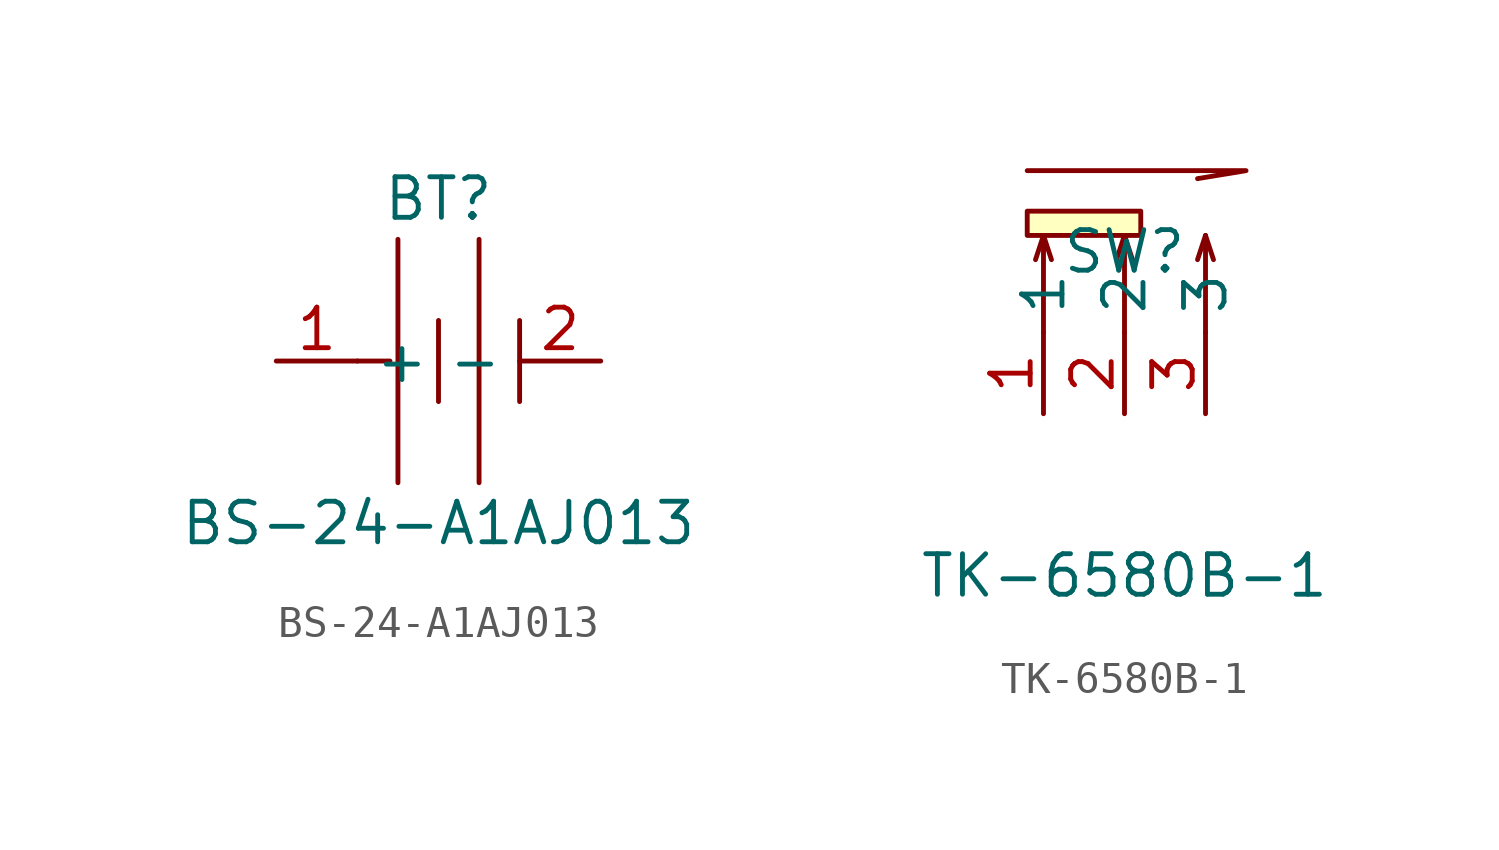
<source format=kicad_sym>
(kicad_symbol_lib
  (version 20211014)
  (generator https://github.com/uPesy/easyeda2kicad.py)
  (symbol "BS-24-A1AJ013"
    (property "Reference" "BT"
      (at 0 5.08 0)
      (effects (font (size 1.27 1.27))))
    (property "Value" "BS-24-A1AJ013"
      (at 0 -5.08 0)
      (effects (font (size 1.27 1.27))))
    (symbol "BS-24-A1AJ013_0_1"
      (polyline (pts (xy -1.27 3.81) (xy -1.27 -3.81)) (stroke (width 0) (type default) (color 0 0 0 0)) (fill (type none)))
      (polyline (pts (xy 0.00 1.27) (xy 0.00 -1.27)) (stroke (width 0) (type default) (color 0 0 0 0)) (fill (type none)))
      (polyline (pts (xy 1.27 3.81) (xy 1.27 -3.81)) (stroke (width 0) (type default) (color 0 0 0 0)) (fill (type none)))
      (polyline (pts (xy 2.54 1.27) (xy 2.54 -1.27)) (stroke (width 0) (type default) (color 0 0 0 0)) (fill (type none)))
      (polyline (pts (xy -2.54 -0.00) (xy -1.52 -0.00)) (stroke (width 0) (type default) (color 0 0 0 0)) (fill (type none)))
      (pin power_in line (at 5.08 -0.00 180) (length 2.54) (name "-" (effects (font (size 1.27 1.27)))) (number "2" (effects (font (size 1.27 1.27)))))
      (pin power_in line (at -5.08 -0.00 0) (length 2.54) (name "+" (effects (font (size 1.27 1.27)))) (number "1" (effects (font (size 1.27 1.27)))))))
  (symbol "TK-6580B-1"
    (property "Reference" "SW"
      (at 0 0.00 0)
      (effects (font (size 1.27 1.27))))
    (property "Value" "TK-6580B-1"
      (at 0 -10.16 0)
      (effects (font (size 1.27 1.27))))
    (symbol "TK-6580B-1_0_1"
      (rectangle (start -3.05 1.27) (end 0.51 0.51) (stroke (width 0) (type default) (color 0 0 0 0)) (fill (type background)))
      (polyline (pts (xy 2.54 0.51) (xy 2.29 -0.25)) (stroke (width 0) (type default) (color 0 0 0 0)) (fill (type none)))
      (polyline (pts (xy 2.54 -2.54) (xy 2.54 0.51) (xy 2.79 -0.25)) (stroke (width 0) (type default) (color 0 0 0 0)) (fill (type none)))
      (polyline (pts (xy 0.00 0.51) (xy -0.25 -0.25)) (stroke (width 0) (type default) (color 0 0 0 0)) (fill (type none)))
      (polyline (pts (xy 0.00 -2.54) (xy 0.00 0.51) (xy 0.25 -0.25)) (stroke (width 0) (type default) (color 0 0 0 0)) (fill (type none)))
      (polyline (pts (xy -2.54 0.51) (xy -2.79 -0.25)) (stroke (width 0) (type default) (color 0 0 0 0)) (fill (type none)))
      (polyline (pts (xy -2.54 -2.54) (xy -2.54 0.51) (xy -2.29 -0.25)) (stroke (width 0) (type default) (color 0 0 0 0)) (fill (type none)))
      (polyline (pts (xy -3.05 2.54) (xy 3.81 2.54) (xy 2.29 2.29)) (stroke (width 0) (type default) (color 0 0 0 0)) (fill (type none)))
      (pin unspecified line (at 2.54 -5.08 90) (length 2.54) (name "3" (effects (font (size 1.27 1.27)))) (number "3" (effects (font (size 1.27 1.27)))))
      (pin unspecified line (at 0.00 -5.08 90) (length 2.54) (name "2" (effects (font (size 1.27 1.27)))) (number "2" (effects (font (size 1.27 1.27)))))
      (pin unspecified line (at -2.54 -5.08 90) (length 2.54) (name "1" (effects (font (size 1.27 1.27)))) (number "1" (effects (font (size 1.27 1.27))))))))
</source>
